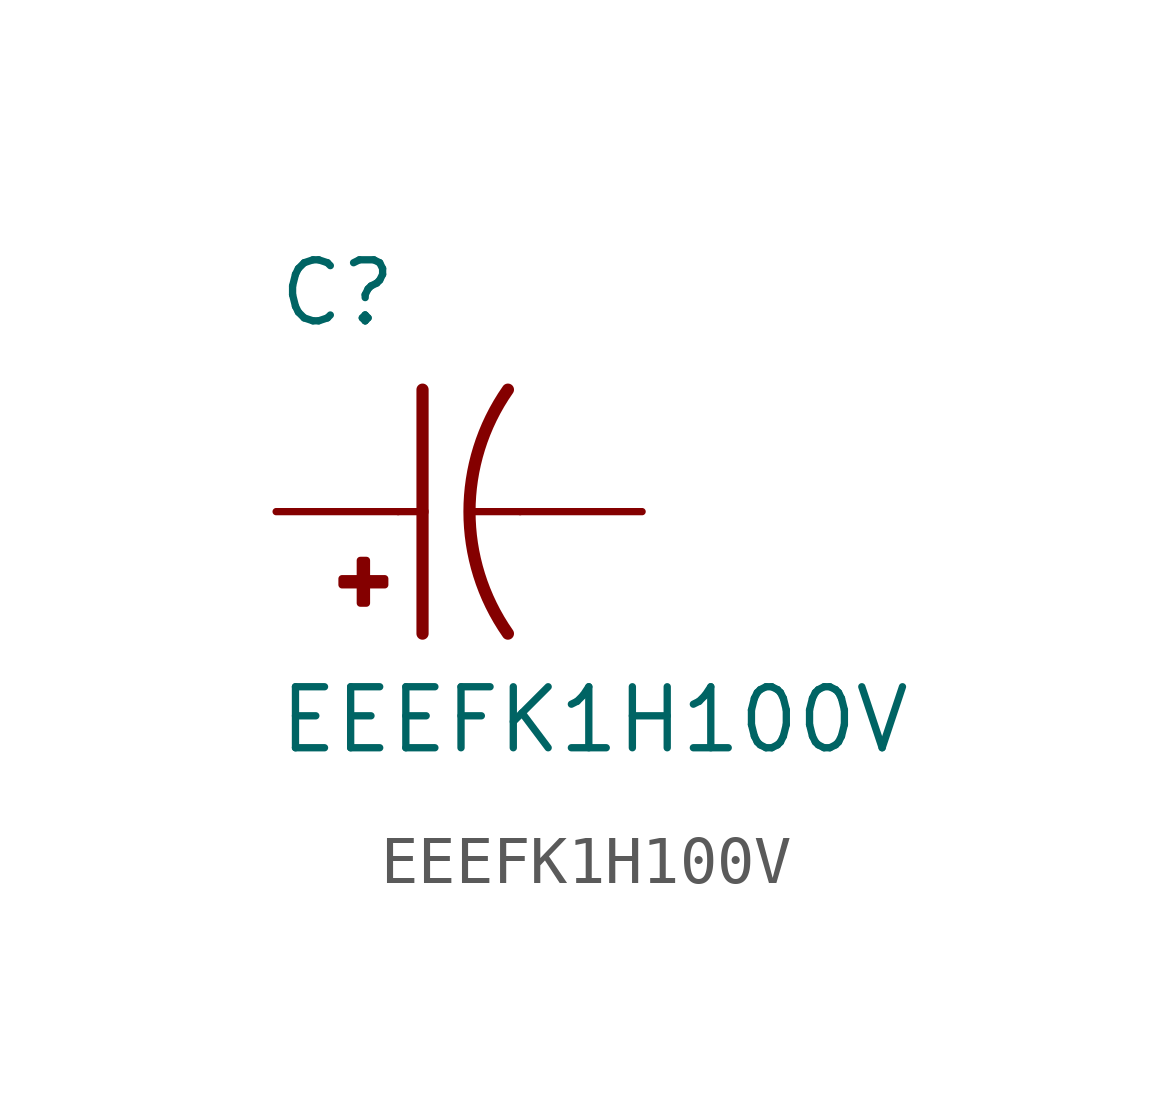
<source format=kicad_sym>
(kicad_symbol_lib
  (version 20211014)
  (generator kicad_symbol_editor)
  (symbol "EEEFK1H100V"
    (pin_numbers hide)
    (pin_names
      (offset 1.016) hide)
    (property "Reference" "C"
      (at -2.54 3.81 0)
      (effects (font (size 1.27 1.27)) (justify left bottom)))
    (property "Value" "EEEFK1H100V"
      (at -2.54 -5.08 0)
      (effects (font (size 1.27 1.27)) (justify left bottom)))
    (symbol "EEEFK1H100V_0_0"
      (rectangle (start -1.168 -1.524) (end -0.279 -1.397) (stroke (width 0) (type default) (color 0 0 0 0)) (fill (type outline)))
      (rectangle (start -0.787 -1.905) (end -0.66 -1.016) (stroke (width 0) (type default) (color 0 0 0 0)) (fill (type outline)))
      (polyline (pts (xy 0 0) (xy 0.508 0)) (stroke (width 0.152) (type default) (color 0 0 0 0)) (fill (type none)))
      (polyline (pts (xy 0.508 0) (xy 0.508 -2.54)) (stroke (width 0.254) (type default) (color 0 0 0 0)) (fill (type none)))
      (polyline (pts (xy 0.508 2.54) (xy 0.508 0)) (stroke (width 0.254) (type default) (color 0 0 0 0)) (fill (type none)))
      (polyline (pts (xy 2.54 0) (xy 1.524 0)) (stroke (width 0.152) (type default) (color 0 0 0 0)) (fill (type none)))
      (arc (start 2.286 2.54) (mid 1.486 0) (end 2.286 -2.54) (stroke (width 0.254) (type default) (color 0 0 0 0)) (fill (type none)))
      (pin passive line (at -2.54 0 0) (length 2.54) (name "~" (effects (font (size 1.016 1.016)))) (number "1" (effects (font (size 1.016 1.016)))))
      (pin passive line (at 5.08 0 180) (length 2.54) (name "~" (effects (font (size 1.016 1.016)))) (number "2" (effects (font (size 1.016 1.016))))))))
</source>
